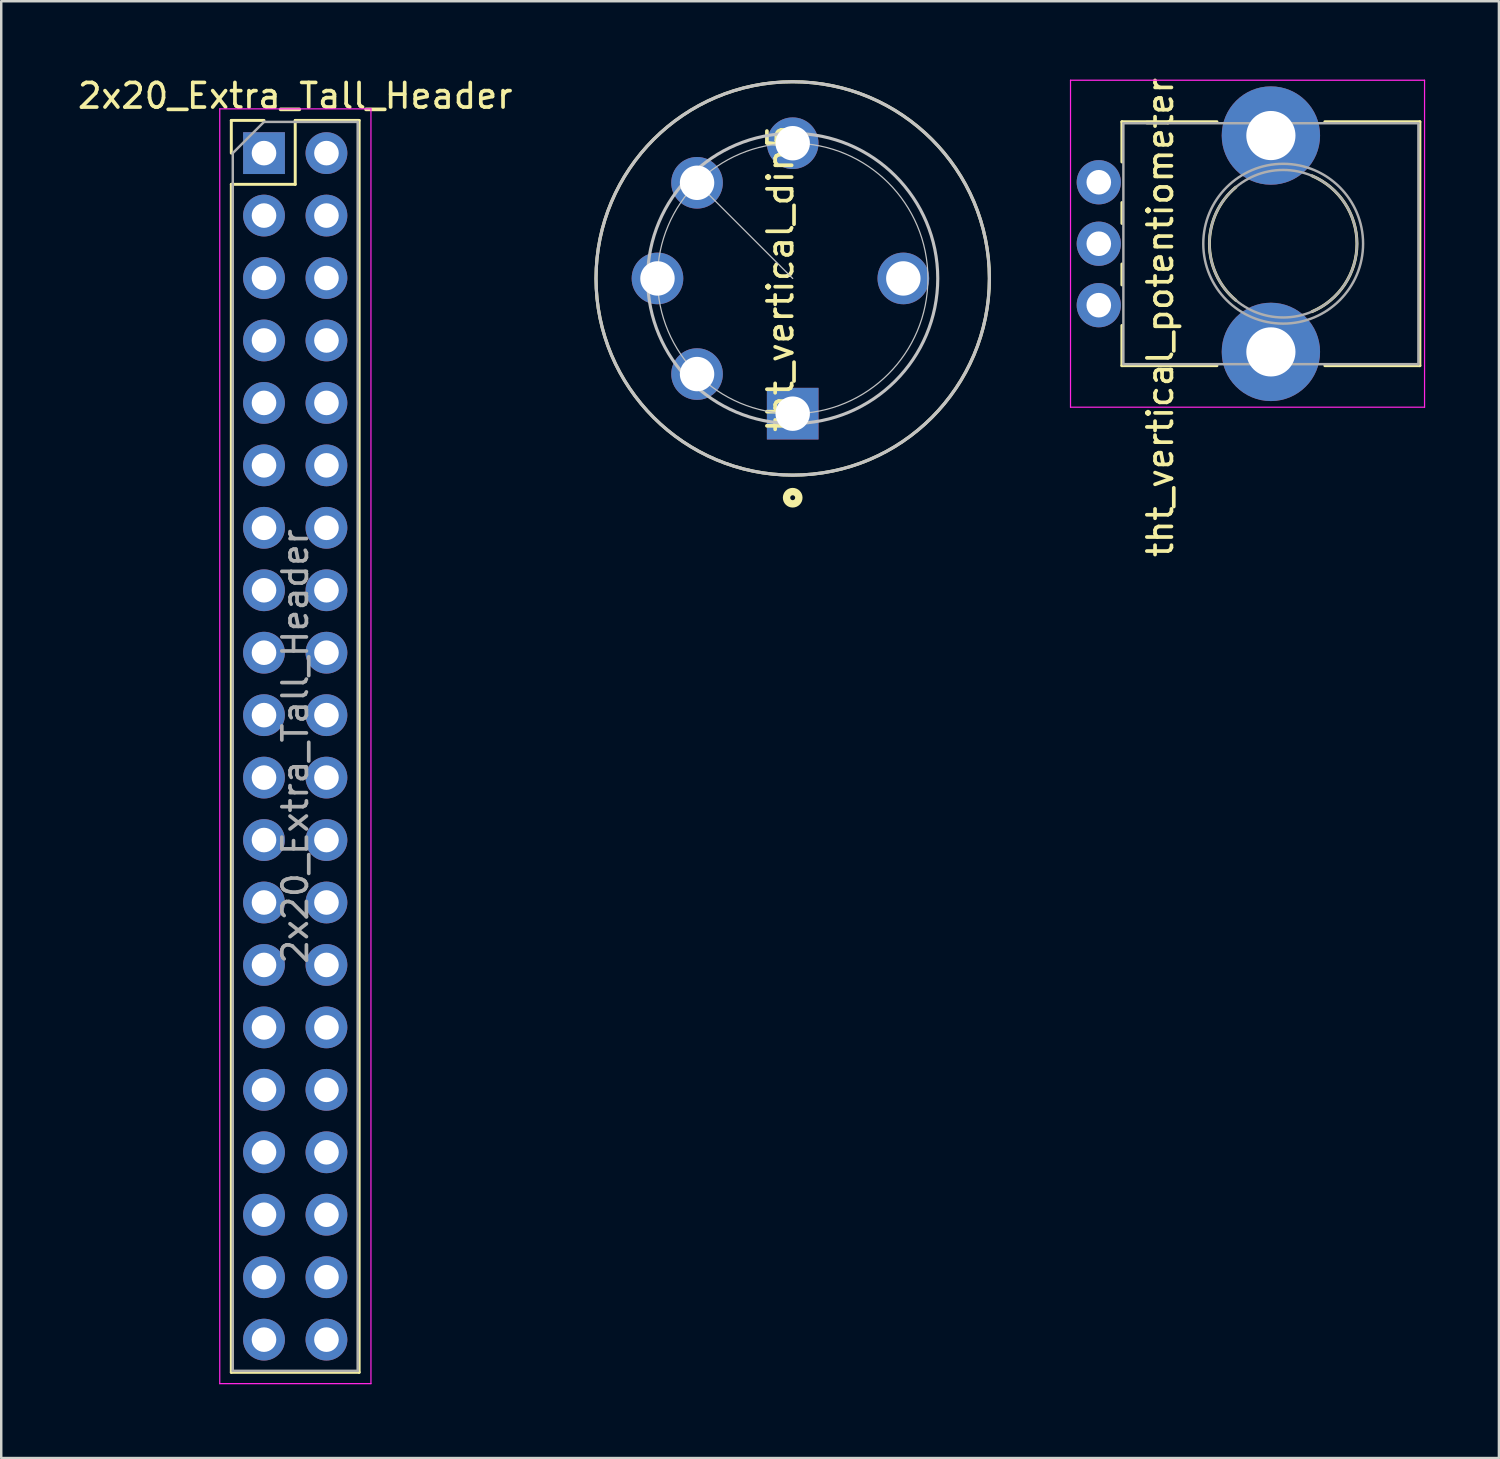
<source format=kicad_pcb>
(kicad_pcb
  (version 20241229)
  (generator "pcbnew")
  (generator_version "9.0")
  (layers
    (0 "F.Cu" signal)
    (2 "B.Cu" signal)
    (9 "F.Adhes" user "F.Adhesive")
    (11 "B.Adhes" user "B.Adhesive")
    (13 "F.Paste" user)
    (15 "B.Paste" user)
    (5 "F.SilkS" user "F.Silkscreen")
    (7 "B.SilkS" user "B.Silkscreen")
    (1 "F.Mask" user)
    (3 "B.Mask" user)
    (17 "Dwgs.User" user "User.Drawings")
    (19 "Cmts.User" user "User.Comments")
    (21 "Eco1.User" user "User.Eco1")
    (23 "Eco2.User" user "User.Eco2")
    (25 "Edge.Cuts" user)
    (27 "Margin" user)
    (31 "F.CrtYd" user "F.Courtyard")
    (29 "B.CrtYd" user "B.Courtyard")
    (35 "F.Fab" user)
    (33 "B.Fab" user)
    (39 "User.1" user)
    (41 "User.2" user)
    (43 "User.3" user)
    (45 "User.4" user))
  (footprint "tht_vertical_din5"
    (layer "F.Cu")
    (at 29.192 8.275)
    (property "Reference" "tht_vertical_din5" (at -0.5 0 90) (layer "F.SilkS") (effects (font (size 1.007 1.007) (thickness 0.15))))
    (attr through_hole)
    (fp_circle (center 0 0) (end 8 0) (stroke (width 0.127) (type solid)) (fill no) (layer "F.SilkS"))
    (fp_circle (center 0 8.919) (end 0.1 8.919) (stroke (width 0.3) (type solid)) (fill no) (layer "F.SilkS"))
    (fp_line (start 0 0) (end -3.89 -3.89) (stroke (width 0.05) (type solid)) (layer "Dwgs.User"))
    (fp_circle (center 0 0) (end 5.5 0) (stroke (width 0.05) (type solid)) (fill no) (layer "Dwgs.User"))
    (fp_circle (center 0 0) (end 5.9 0) (stroke (width 0.127) (type solid)) (fill no) (layer "Dwgs.User"))
    (fp_circle (center 0 0) (end 8 0) (stroke (width 0.127) (type solid)) (fill no) (layer "Dwgs.User"))
    (fp_circle (center 0 0) (end 8.25 0) (stroke (width 0.05) (type solid)) (fill no) (layer "Eco1.User"))
    (pad "1" thru_hole rect (at 0 5.5) (size 2.1 2.1) (drill 1.4) (layers "*.Cu" "*.Mask"))
    (pad "2" thru_hole circle (at -5.5 0) (size 2.1 2.1) (drill 1.4) (layers "*.Cu" "*.Mask"))
    (pad "3" thru_hole circle (at 0 -5.5) (size 2.1 2.1) (drill 1.4) (layers "*.Cu" "*.Mask"))
    (pad "4" thru_hole circle (at -3.89 3.89) (size 2.1 2.1) (drill 1.4) (layers "*.Cu" "*.Mask"))
    (pad "5" thru_hole circle (at -3.89 -3.89) (size 2.1 2.1) (drill 1.4) (layers "*.Cu" "*.Mask"))
    (pad "S" thru_hole circle (at 4.5 0) (size 2.1 2.1) (drill 1.4) (layers "*.Cu" "*.Mask")))
  (footprint "2x20_Extra_Tall_Header"
    (layer "F.Cu")
    (at 7.688 3.178)
    (property "Reference" "2x20_Extra_Tall_Header" (at 1.27 -2.33 0) (layer "F.SilkS") (effects (font (size 1 1) (thickness 0.15))))
    (attr through_hole)
    (fp_line (start -1.33 -1.33) (end 0 -1.33) (stroke (width 0.12) (type solid)) (layer "F.SilkS"))
    (fp_line (start -1.33 0) (end -1.33 -1.33) (stroke (width 0.12) (type solid)) (layer "F.SilkS"))
    (fp_line (start -1.33 1.27) (end -1.33 49.59) (stroke (width 0.12) (type solid)) (layer "F.SilkS"))
    (fp_line (start -1.33 1.27) (end 1.27 1.27) (stroke (width 0.12) (type solid)) (layer "F.SilkS"))
    (fp_line (start -1.33 49.59) (end 3.87 49.59) (stroke (width 0.12) (type solid)) (layer "F.SilkS"))
    (fp_line (start 1.27 -1.33) (end 3.87 -1.33) (stroke (width 0.12) (type solid)) (layer "F.SilkS"))
    (fp_line (start 1.27 1.27) (end 1.27 -1.33) (stroke (width 0.12) (type solid)) (layer "F.SilkS"))
    (fp_line (start 3.87 -1.33) (end 3.87 49.59) (stroke (width 0.12) (type solid)) (layer "F.SilkS"))
    (fp_line (start -1.8 -1.8) (end -1.8 50.05) (stroke (width 0.05) (type solid)) (layer "F.CrtYd"))
    (fp_line (start -1.8 50.05) (end 4.35 50.05) (stroke (width 0.05) (type solid)) (layer "F.CrtYd"))
    (fp_line (start 4.35 -1.8) (end -1.8 -1.8) (stroke (width 0.05) (type solid)) (layer "F.CrtYd"))
    (fp_line (start 4.35 50.05) (end 4.35 -1.8) (stroke (width 0.05) (type solid)) (layer "F.CrtYd"))
    (fp_line (start -1.27 0) (end 0 -1.27) (stroke (width 0.1) (type solid)) (layer "F.Fab"))
    (fp_line (start -1.27 49.53) (end -1.27 0) (stroke (width 0.1) (type solid)) (layer "F.Fab"))
    (fp_line (start 0 -1.27) (end 3.81 -1.27) (stroke (width 0.1) (type solid)) (layer "F.Fab"))
    (fp_line (start 3.81 -1.27) (end 3.81 49.53) (stroke (width 0.1) (type solid)) (layer "F.Fab"))
    (fp_line (start 3.81 49.53) (end -1.27 49.53) (stroke (width 0.1) (type solid)) (layer "F.Fab"))
    (fp_text user "${REFERENCE}" (at 1.27 24.13 90) (layer "F.Fab") (effects (font (size 1 1) (thickness 0.15))))
    (pad "1" thru_hole rect (at 0 0) (size 1.7 1.7) (drill 1) (layers "*.Cu" "*.Mask"))
    (pad "2" thru_hole oval (at 2.54 0) (size 1.7 1.7) (drill 1) (layers "*.Cu" "*.Mask"))
    (pad "3" thru_hole oval (at 0 2.54) (size 1.7 1.7) (drill 1) (layers "*.Cu" "*.Mask"))
    (pad "4" thru_hole oval (at 2.54 2.54) (size 1.7 1.7) (drill 1) (layers "*.Cu" "*.Mask"))
    (pad "5" thru_hole oval (at 0 5.08) (size 1.7 1.7) (drill 1) (layers "*.Cu" "*.Mask"))
    (pad "6" thru_hole oval (at 2.54 5.08) (size 1.7 1.7) (drill 1) (layers "*.Cu" "*.Mask"))
    (pad "7" thru_hole oval (at 0 7.62) (size 1.7 1.7) (drill 1) (layers "*.Cu" "*.Mask"))
    (pad "8" thru_hole oval (at 2.54 7.62) (size 1.7 1.7) (drill 1) (layers "*.Cu" "*.Mask"))
    (pad "9" thru_hole oval (at 0 10.16) (size 1.7 1.7) (drill 1) (layers "*.Cu" "*.Mask"))
    (pad "10" thru_hole oval (at 2.54 10.16) (size 1.7 1.7) (drill 1) (layers "*.Cu" "*.Mask"))
    (pad "11" thru_hole oval (at 0 12.7) (size 1.7 1.7) (drill 1) (layers "*.Cu" "*.Mask"))
    (pad "12" thru_hole oval (at 2.54 12.7) (size 1.7 1.7) (drill 1) (layers "*.Cu" "*.Mask"))
    (pad "13" thru_hole oval (at 0 15.24) (size 1.7 1.7) (drill 1) (layers "*.Cu" "*.Mask"))
    (pad "14" thru_hole oval (at 2.54 15.24) (size 1.7 1.7) (drill 1) (layers "*.Cu" "*.Mask"))
    (pad "15" thru_hole oval (at 0 17.78) (size 1.7 1.7) (drill 1) (layers "*.Cu" "*.Mask"))
    (pad "16" thru_hole oval (at 2.54 17.78) (size 1.7 1.7) (drill 1) (layers "*.Cu" "*.Mask"))
    (pad "17" thru_hole oval (at 0 20.32) (size 1.7 1.7) (drill 1) (layers "*.Cu" "*.Mask"))
    (pad "18" thru_hole oval (at 2.54 20.32) (size 1.7 1.7) (drill 1) (layers "*.Cu" "*.Mask"))
    (pad "19" thru_hole oval (at 0 22.86) (size 1.7 1.7) (drill 1) (layers "*.Cu" "*.Mask"))
    (pad "20" thru_hole oval (at 2.54 22.86) (size 1.7 1.7) (drill 1) (layers "*.Cu" "*.Mask"))
    (pad "21" thru_hole oval (at 0 25.4) (size 1.7 1.7) (drill 1) (layers "*.Cu" "*.Mask"))
    (pad "22" thru_hole oval (at 2.54 25.4) (size 1.7 1.7) (drill 1) (layers "*.Cu" "*.Mask"))
    (pad "23" thru_hole oval (at 0 27.94) (size 1.7 1.7) (drill 1) (layers "*.Cu" "*.Mask"))
    (pad "24" thru_hole oval (at 2.54 27.94) (size 1.7 1.7) (drill 1) (layers "*.Cu" "*.Mask"))
    (pad "25" thru_hole oval (at 0 30.48) (size 1.7 1.7) (drill 1) (layers "*.Cu" "*.Mask"))
    (pad "26" thru_hole oval (at 2.54 30.48) (size 1.7 1.7) (drill 1) (layers "*.Cu" "*.Mask"))
    (pad "27" thru_hole oval (at 0 33.02) (size 1.7 1.7) (drill 1) (layers "*.Cu" "*.Mask"))
    (pad "28" thru_hole oval (at 2.54 33.02) (size 1.7 1.7) (drill 1) (layers "*.Cu" "*.Mask"))
    (pad "29" thru_hole oval (at 0 35.56) (size 1.7 1.7) (drill 1) (layers "*.Cu" "*.Mask"))
    (pad "30" thru_hole oval (at 2.54 35.56) (size 1.7 1.7) (drill 1) (layers "*.Cu" "*.Mask"))
    (pad "31" thru_hole oval (at 0 38.1) (size 1.7 1.7) (drill 1) (layers "*.Cu" "*.Mask"))
    (pad "32" thru_hole oval (at 2.54 38.1) (size 1.7 1.7) (drill 1) (layers "*.Cu" "*.Mask"))
    (pad "33" thru_hole oval (at 0 40.64) (size 1.7 1.7) (drill 1) (layers "*.Cu" "*.Mask"))
    (pad "34" thru_hole oval (at 2.54 40.64) (size 1.7 1.7) (drill 1) (layers "*.Cu" "*.Mask"))
    (pad "35" thru_hole oval (at 0 43.18) (size 1.7 1.7) (drill 1) (layers "*.Cu" "*.Mask"))
    (pad "36" thru_hole oval (at 2.54 43.18) (size 1.7 1.7) (drill 1) (layers "*.Cu" "*.Mask"))
    (pad "37" thru_hole oval (at 0 45.72) (size 1.7 1.7) (drill 1) (layers "*.Cu" "*.Mask"))
    (pad "38" thru_hole oval (at 2.54 45.72) (size 1.7 1.7) (drill 1) (layers "*.Cu" "*.Mask"))
    (pad "39" thru_hole oval (at 0 48.26) (size 1.7 1.7) (drill 1) (layers "*.Cu" "*.Mask"))
    (pad "40" thru_hole oval (at 2.54 48.26) (size 1.7 1.7) (drill 1) (layers "*.Cu" "*.Mask")))
  (footprint "tht_vertical_potentiometer"
    (layer "F.Cu")
    (at 41.642 9.363)
    (property "Reference" "tht_vertical_potentiometer" (at 2.5 0.5 90) (layer "F.SilkS") (effects (font (size 1 1) (thickness 0.15))))
    (attr through_hole)
    (fp_line (start 0.94 -7.461) (end 0.94 -5.825) (stroke (width 0.12) (type solid)) (layer "F.SilkS"))
    (fp_line (start 0.94 -7.461) (end 4.806 -7.461) (stroke (width 0.12) (type solid)) (layer "F.SilkS"))
    (fp_line (start 0.94 -4.175) (end 0.94 -3.325) (stroke (width 0.12) (type solid)) (layer "F.SilkS"))
    (fp_line (start 0.94 -1.675) (end 0.94 -0.825) (stroke (width 0.12) (type solid)) (layer "F.SilkS"))
    (fp_line (start 0.94 0.825) (end 0.94 2.46) (stroke (width 0.12) (type solid)) (layer "F.SilkS"))
    (fp_line (start 0.94 2.46) (end 4.806 2.46) (stroke (width 0.12) (type solid)) (layer "F.SilkS"))
    (fp_line (start 9.195 -7.461) (end 13.06 -7.461) (stroke (width 0.12) (type solid)) (layer "F.SilkS"))
    (fp_line (start 9.195 2.46) (end 13.06 2.46) (stroke (width 0.12) (type solid)) (layer "F.SilkS"))
    (fp_line (start 13.06 -7.461) (end 13.06 2.46) (stroke (width 0.12) (type solid)) (layer "F.SilkS"))
    (fp_arc (start 5.571705 -0.202247) (mid 4.500335 -2.500192) (end 5.572 -4.798) (stroke (width 0.12) (type solid)) (layer "F.SilkS"))
    (fp_arc (start 8.671982 -5.262432) (mid 10.500762 -2.500553) (end 8.673 0.262) (stroke (width 0.12) (type solid)) (layer "F.SilkS"))
    (fp_line (start -1.15 -9.15) (end -1.15 4.15) (stroke (width 0.05) (type solid)) (layer "F.CrtYd"))
    (fp_line (start -1.15 4.15) (end 13.25 4.15) (stroke (width 0.05) (type solid)) (layer "F.CrtYd"))
    (fp_line (start 13.25 -9.15) (end -1.15 -9.15) (stroke (width 0.05) (type solid)) (layer "F.CrtYd"))
    (fp_line (start 13.25 4.15) (end 13.25 -9.15) (stroke (width 0.05) (type solid)) (layer "F.CrtYd"))
    (fp_line (start 1 -7.4) (end 1 2.4) (stroke (width 0.1) (type solid)) (layer "F.Fab"))
    (fp_line (start 1 2.4) (end 13 2.4) (stroke (width 0.1) (type solid)) (layer "F.Fab"))
    (fp_line (start 13 -7.4) (end 1 -7.4) (stroke (width 0.1) (type solid)) (layer "F.Fab"))
    (fp_line (start 13 2.4) (end 13 -7.4) (stroke (width 0.1) (type solid)) (layer "F.Fab"))
    (fp_circle (center 7.5 -2.5) (end 10.5 -2.5) (stroke (width 0.1) (type solid)) (fill no) (layer "F.Fab"))
    (fp_circle (center 7.5 -2.5) (end 10.75 -2.5) (stroke (width 0.1) (type solid)) (fill no) (layer "F.Fab"))
    (pad "" np_thru_hole circle (at 7 -6.9) (size 4 4) (drill 2) (layers "*.Cu" "*.Mask"))
    (pad "" np_thru_hole circle (at 7 1.9) (size 4 4) (drill 2) (layers "*.Cu" "*.Mask"))
    (pad "1" thru_hole circle (at 0 0) (size 1.8 1.8) (drill 1) (layers "*.Cu" "*.Mask"))
    (pad "2" thru_hole circle (at 0 -2.5) (size 1.8 1.8) (drill 1) (layers "*.Cu" "*.Mask"))
    (pad "3" thru_hole circle (at 0 -5) (size 1.8 1.8) (drill 1) (layers "*.Cu" "*.Mask")))
  (gr_rect
    (start -3 -3)
    (end 57.917 56.253)
    (stroke (width 0.1) (type default))
    (fill no)
    (layer "Edge.Cuts")))
</source>
